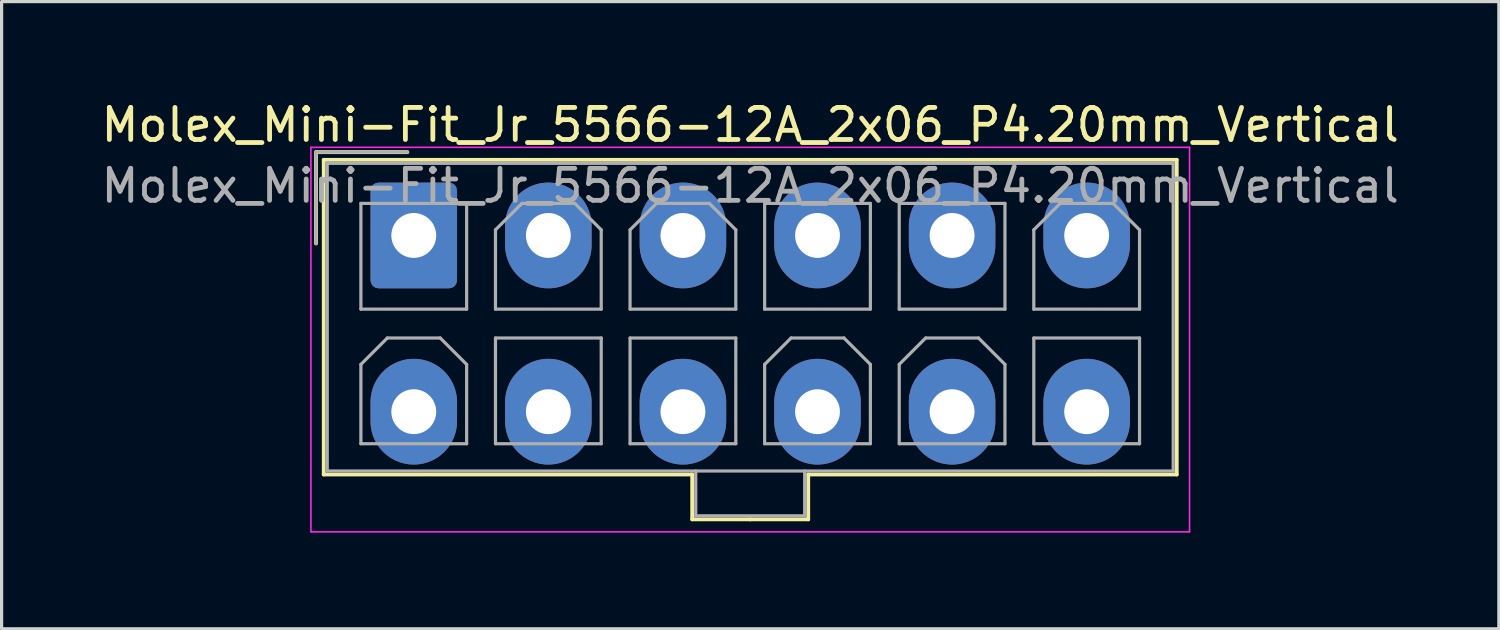
<source format=kicad_pcb>
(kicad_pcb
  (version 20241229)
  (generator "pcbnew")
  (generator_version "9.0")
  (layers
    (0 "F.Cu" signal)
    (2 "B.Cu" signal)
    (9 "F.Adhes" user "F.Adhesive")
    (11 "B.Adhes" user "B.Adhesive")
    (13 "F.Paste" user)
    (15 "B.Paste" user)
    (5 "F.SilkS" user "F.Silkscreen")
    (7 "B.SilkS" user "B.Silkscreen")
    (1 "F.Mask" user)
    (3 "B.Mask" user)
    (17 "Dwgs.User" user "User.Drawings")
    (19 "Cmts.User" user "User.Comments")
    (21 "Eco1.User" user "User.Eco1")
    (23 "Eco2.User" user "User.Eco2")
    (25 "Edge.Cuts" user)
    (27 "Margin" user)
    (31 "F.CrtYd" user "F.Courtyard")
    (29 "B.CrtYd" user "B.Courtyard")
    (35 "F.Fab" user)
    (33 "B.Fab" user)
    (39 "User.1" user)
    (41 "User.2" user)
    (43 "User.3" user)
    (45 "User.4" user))
  (footprint "Molex_Mini-Fit_Jr_5566-12A_2x06_P4.20mm_Vertical"
    (layer "F.Cu")
    (at 9.863 4.298)
    (property "Reference" "Molex_Mini-Fit_Jr_5566-12A_2x06_P4.20mm_Vertical" (at 10.5 -3.45 0) (layer "F.SilkS") (effects (font (size 1 1) (thickness 0.15))))
    (attr through_hole)
    (fp_line (start -3.05 -2.6) (end -3.05 0.25) (stroke (width 0.12) (type solid)) (layer "F.SilkS"))
    (fp_line (start -2.81 -2.36) (end -2.81 7.46) (stroke (width 0.12) (type solid)) (layer "F.SilkS"))
    (fp_line (start -2.81 7.46) (end 8.69 7.46) (stroke (width 0.12) (type solid)) (layer "F.SilkS"))
    (fp_line (start -0.2 -2.6) (end -3.05 -2.6) (stroke (width 0.12) (type solid)) (layer "F.SilkS"))
    (fp_line (start 8.69 7.46) (end 8.69 8.86) (stroke (width 0.12) (type solid)) (layer "F.SilkS"))
    (fp_line (start 8.69 8.86) (end 10.5 8.86) (stroke (width 0.12) (type solid)) (layer "F.SilkS"))
    (fp_line (start 10.5 -2.36) (end -2.81 -2.36) (stroke (width 0.12) (type solid)) (layer "F.SilkS"))
    (fp_line (start 10.5 -2.36) (end 23.81 -2.36) (stroke (width 0.12) (type solid)) (layer "F.SilkS"))
    (fp_line (start 12.31 7.46) (end 12.31 8.86) (stroke (width 0.12) (type solid)) (layer "F.SilkS"))
    (fp_line (start 12.31 8.86) (end 10.5 8.86) (stroke (width 0.12) (type solid)) (layer "F.SilkS"))
    (fp_line (start 23.81 -2.36) (end 23.81 7.46) (stroke (width 0.12) (type solid)) (layer "F.SilkS"))
    (fp_line (start 23.81 7.46) (end 12.31 7.46) (stroke (width 0.12) (type solid)) (layer "F.SilkS"))
    (fp_line (start -3.21 -2.75) (end -3.21 9.25) (stroke (width 0.05) (type solid)) (layer "F.CrtYd"))
    (fp_line (start -3.21 9.25) (end 24.21 9.25) (stroke (width 0.05) (type solid)) (layer "F.CrtYd"))
    (fp_line (start 24.21 -2.75) (end -3.21 -2.75) (stroke (width 0.05) (type solid)) (layer "F.CrtYd"))
    (fp_line (start 24.21 9.25) (end 24.21 -2.75) (stroke (width 0.05) (type solid)) (layer "F.CrtYd"))
    (fp_line (start -3.05 -2.6) (end -3.05 0.25) (stroke (width 0.1) (type solid)) (layer "F.Fab"))
    (fp_line (start -2.7 -2.25) (end -2.7 7.35) (stroke (width 0.1) (type solid)) (layer "F.Fab"))
    (fp_line (start -2.7 7.35) (end 23.7 7.35) (stroke (width 0.1) (type solid)) (layer "F.Fab"))
    (fp_line (start -1.65 -1) (end -1.65 2.3) (stroke (width 0.1) (type solid)) (layer "F.Fab"))
    (fp_line (start -1.65 2.3) (end 1.65 2.3) (stroke (width 0.1) (type solid)) (layer "F.Fab"))
    (fp_line (start -1.65 4.025) (end -0.825 3.2) (stroke (width 0.1) (type solid)) (layer "F.Fab"))
    (fp_line (start -1.65 6.5) (end -1.65 4.025) (stroke (width 0.1) (type solid)) (layer "F.Fab"))
    (fp_line (start -0.825 3.2) (end 0.825 3.2) (stroke (width 0.1) (type solid)) (layer "F.Fab"))
    (fp_line (start -0.2 -2.6) (end -3.05 -2.6) (stroke (width 0.1) (type solid)) (layer "F.Fab"))
    (fp_line (start 0.825 3.2) (end 1.65 4.025) (stroke (width 0.1) (type solid)) (layer "F.Fab"))
    (fp_line (start 1.65 -1) (end -1.65 -1) (stroke (width 0.1) (type solid)) (layer "F.Fab"))
    (fp_line (start 1.65 2.3) (end 1.65 -1) (stroke (width 0.1) (type solid)) (layer "F.Fab"))
    (fp_line (start 1.65 4.025) (end 1.65 6.5) (stroke (width 0.1) (type solid)) (layer "F.Fab"))
    (fp_line (start 1.65 6.5) (end -1.65 6.5) (stroke (width 0.1) (type solid)) (layer "F.Fab"))
    (fp_line (start 2.55 -0.175) (end 3.375 -1) (stroke (width 0.1) (type solid)) (layer "F.Fab"))
    (fp_line (start 2.55 2.3) (end 2.55 -0.175) (stroke (width 0.1) (type solid)) (layer "F.Fab"))
    (fp_line (start 2.55 3.2) (end 2.55 6.5) (stroke (width 0.1) (type solid)) (layer "F.Fab"))
    (fp_line (start 2.55 6.5) (end 5.85 6.5) (stroke (width 0.1) (type solid)) (layer "F.Fab"))
    (fp_line (start 3.375 -1) (end 5.025 -1) (stroke (width 0.1) (type solid)) (layer "F.Fab"))
    (fp_line (start 5.025 -1) (end 5.85 -0.175) (stroke (width 0.1) (type solid)) (layer "F.Fab"))
    (fp_line (start 5.85 -0.175) (end 5.85 2.3) (stroke (width 0.1) (type solid)) (layer "F.Fab"))
    (fp_line (start 5.85 2.3) (end 2.55 2.3) (stroke (width 0.1) (type solid)) (layer "F.Fab"))
    (fp_line (start 5.85 3.2) (end 2.55 3.2) (stroke (width 0.1) (type solid)) (layer "F.Fab"))
    (fp_line (start 5.85 6.5) (end 5.85 3.2) (stroke (width 0.1) (type solid)) (layer "F.Fab"))
    (fp_line (start 6.75 -0.175) (end 7.575 -1) (stroke (width 0.1) (type solid)) (layer "F.Fab"))
    (fp_line (start 6.75 2.3) (end 6.75 -0.175) (stroke (width 0.1) (type solid)) (layer "F.Fab"))
    (fp_line (start 6.75 3.2) (end 6.75 6.5) (stroke (width 0.1) (type solid)) (layer "F.Fab"))
    (fp_line (start 6.75 6.5) (end 10.05 6.5) (stroke (width 0.1) (type solid)) (layer "F.Fab"))
    (fp_line (start 7.575 -1) (end 9.225 -1) (stroke (width 0.1) (type solid)) (layer "F.Fab"))
    (fp_line (start 8.8 7.35) (end 8.8 8.75) (stroke (width 0.1) (type solid)) (layer "F.Fab"))
    (fp_line (start 8.8 8.75) (end 12.2 8.75) (stroke (width 0.1) (type solid)) (layer "F.Fab"))
    (fp_line (start 9.225 -1) (end 10.05 -0.175) (stroke (width 0.1) (type solid)) (layer "F.Fab"))
    (fp_line (start 10.05 -0.175) (end 10.05 2.3) (stroke (width 0.1) (type solid)) (layer "F.Fab"))
    (fp_line (start 10.05 2.3) (end 6.75 2.3) (stroke (width 0.1) (type solid)) (layer "F.Fab"))
    (fp_line (start 10.05 3.2) (end 6.75 3.2) (stroke (width 0.1) (type solid)) (layer "F.Fab"))
    (fp_line (start 10.05 6.5) (end 10.05 3.2) (stroke (width 0.1) (type solid)) (layer "F.Fab"))
    (fp_line (start 10.95 -1) (end 10.95 2.3) (stroke (width 0.1) (type solid)) (layer "F.Fab"))
    (fp_line (start 10.95 2.3) (end 14.25 2.3) (stroke (width 0.1) (type solid)) (layer "F.Fab"))
    (fp_line (start 10.95 4.025) (end 11.775 3.2) (stroke (width 0.1) (type solid)) (layer "F.Fab"))
    (fp_line (start 10.95 6.5) (end 10.95 4.025) (stroke (width 0.1) (type solid)) (layer "F.Fab"))
    (fp_line (start 11.775 3.2) (end 13.425 3.2) (stroke (width 0.1) (type solid)) (layer "F.Fab"))
    (fp_line (start 12.2 8.75) (end 12.2 7.35) (stroke (width 0.1) (type solid)) (layer "F.Fab"))
    (fp_line (start 13.425 3.2) (end 14.25 4.025) (stroke (width 0.1) (type solid)) (layer "F.Fab"))
    (fp_line (start 14.25 -1) (end 10.95 -1) (stroke (width 0.1) (type solid)) (layer "F.Fab"))
    (fp_line (start 14.25 2.3) (end 14.25 -1) (stroke (width 0.1) (type solid)) (layer "F.Fab"))
    (fp_line (start 14.25 4.025) (end 14.25 6.5) (stroke (width 0.1) (type solid)) (layer "F.Fab"))
    (fp_line (start 14.25 6.5) (end 10.95 6.5) (stroke (width 0.1) (type solid)) (layer "F.Fab"))
    (fp_line (start 15.15 -1) (end 15.15 2.3) (stroke (width 0.1) (type solid)) (layer "F.Fab"))
    (fp_line (start 15.15 2.3) (end 18.45 2.3) (stroke (width 0.1) (type solid)) (layer "F.Fab"))
    (fp_line (start 15.15 4.025) (end 15.975 3.2) (stroke (width 0.1) (type solid)) (layer "F.Fab"))
    (fp_line (start 15.15 6.5) (end 15.15 4.025) (stroke (width 0.1) (type solid)) (layer "F.Fab"))
    (fp_line (start 15.975 3.2) (end 17.625 3.2) (stroke (width 0.1) (type solid)) (layer "F.Fab"))
    (fp_line (start 17.625 3.2) (end 18.45 4.025) (stroke (width 0.1) (type solid)) (layer "F.Fab"))
    (fp_line (start 18.45 -1) (end 15.15 -1) (stroke (width 0.1) (type solid)) (layer "F.Fab"))
    (fp_line (start 18.45 2.3) (end 18.45 -1) (stroke (width 0.1) (type solid)) (layer "F.Fab"))
    (fp_line (start 18.45 4.025) (end 18.45 6.5) (stroke (width 0.1) (type solid)) (layer "F.Fab"))
    (fp_line (start 18.45 6.5) (end 15.15 6.5) (stroke (width 0.1) (type solid)) (layer "F.Fab"))
    (fp_line (start 19.35 -0.175) (end 20.175 -1) (stroke (width 0.1) (type solid)) (layer "F.Fab"))
    (fp_line (start 19.35 2.3) (end 19.35 -0.175) (stroke (width 0.1) (type solid)) (layer "F.Fab"))
    (fp_line (start 19.35 3.2) (end 19.35 6.5) (stroke (width 0.1) (type solid)) (layer "F.Fab"))
    (fp_line (start 19.35 6.5) (end 22.65 6.5) (stroke (width 0.1) (type solid)) (layer "F.Fab"))
    (fp_line (start 20.175 -1) (end 21.825 -1) (stroke (width 0.1) (type solid)) (layer "F.Fab"))
    (fp_line (start 21.825 -1) (end 22.65 -0.175) (stroke (width 0.1) (type solid)) (layer "F.Fab"))
    (fp_line (start 22.65 -0.175) (end 22.65 2.3) (stroke (width 0.1) (type solid)) (layer "F.Fab"))
    (fp_line (start 22.65 2.3) (end 19.35 2.3) (stroke (width 0.1) (type solid)) (layer "F.Fab"))
    (fp_line (start 22.65 3.2) (end 19.35 3.2) (stroke (width 0.1) (type solid)) (layer "F.Fab"))
    (fp_line (start 22.65 6.5) (end 22.65 3.2) (stroke (width 0.1) (type solid)) (layer "F.Fab"))
    (fp_line (start 23.7 -2.25) (end -2.7 -2.25) (stroke (width 0.1) (type solid)) (layer "F.Fab"))
    (fp_line (start 23.7 7.35) (end 23.7 -2.25) (stroke (width 0.1) (type solid)) (layer "F.Fab"))
    (fp_text user "${REFERENCE}" (at 10.5 -1.55 0) (layer "F.Fab") (effects (font (size 1 1) (thickness 0.15))))
    (pad "1" thru_hole roundrect (at 0 0) (size 2.7 3.3) (drill 1.4) (layers "*.Cu" "*.Mask") (roundrect_rratio 0.093))
    (pad "2" thru_hole oval (at 4.2 0) (size 2.7 3.3) (drill 1.4) (layers "*.Cu" "*.Mask"))
    (pad "3" thru_hole oval (at 8.4 0) (size 2.7 3.3) (drill 1.4) (layers "*.Cu" "*.Mask"))
    (pad "4" thru_hole oval (at 12.6 0) (size 2.7 3.3) (drill 1.4) (layers "*.Cu" "*.Mask"))
    (pad "5" thru_hole oval (at 16.8 0) (size 2.7 3.3) (drill 1.4) (layers "*.Cu" "*.Mask"))
    (pad "6" thru_hole oval (at 21 0) (size 2.7 3.3) (drill 1.4) (layers "*.Cu" "*.Mask"))
    (pad "7" thru_hole oval (at 0 5.5) (size 2.7 3.3) (drill 1.4) (layers "*.Cu" "*.Mask"))
    (pad "8" thru_hole oval (at 4.2 5.5) (size 2.7 3.3) (drill 1.4) (layers "*.Cu" "*.Mask"))
    (pad "9" thru_hole oval (at 8.4 5.5) (size 2.7 3.3) (drill 1.4) (layers "*.Cu" "*.Mask"))
    (pad "10" thru_hole oval (at 12.6 5.5) (size 2.7 3.3) (drill 1.4) (layers "*.Cu" "*.Mask"))
    (pad "11" thru_hole oval (at 16.8 5.5) (size 2.7 3.3) (drill 1.4) (layers "*.Cu" "*.Mask"))
    (pad "12" thru_hole oval (at 21 5.5) (size 2.7 3.3) (drill 1.4) (layers "*.Cu" "*.Mask")))
  (gr_rect
    (start -3 -3)
    (end 43.726 16.573)
    (stroke (width 0.1) (type default))
    (fill no)
    (layer "Edge.Cuts")))
</source>
